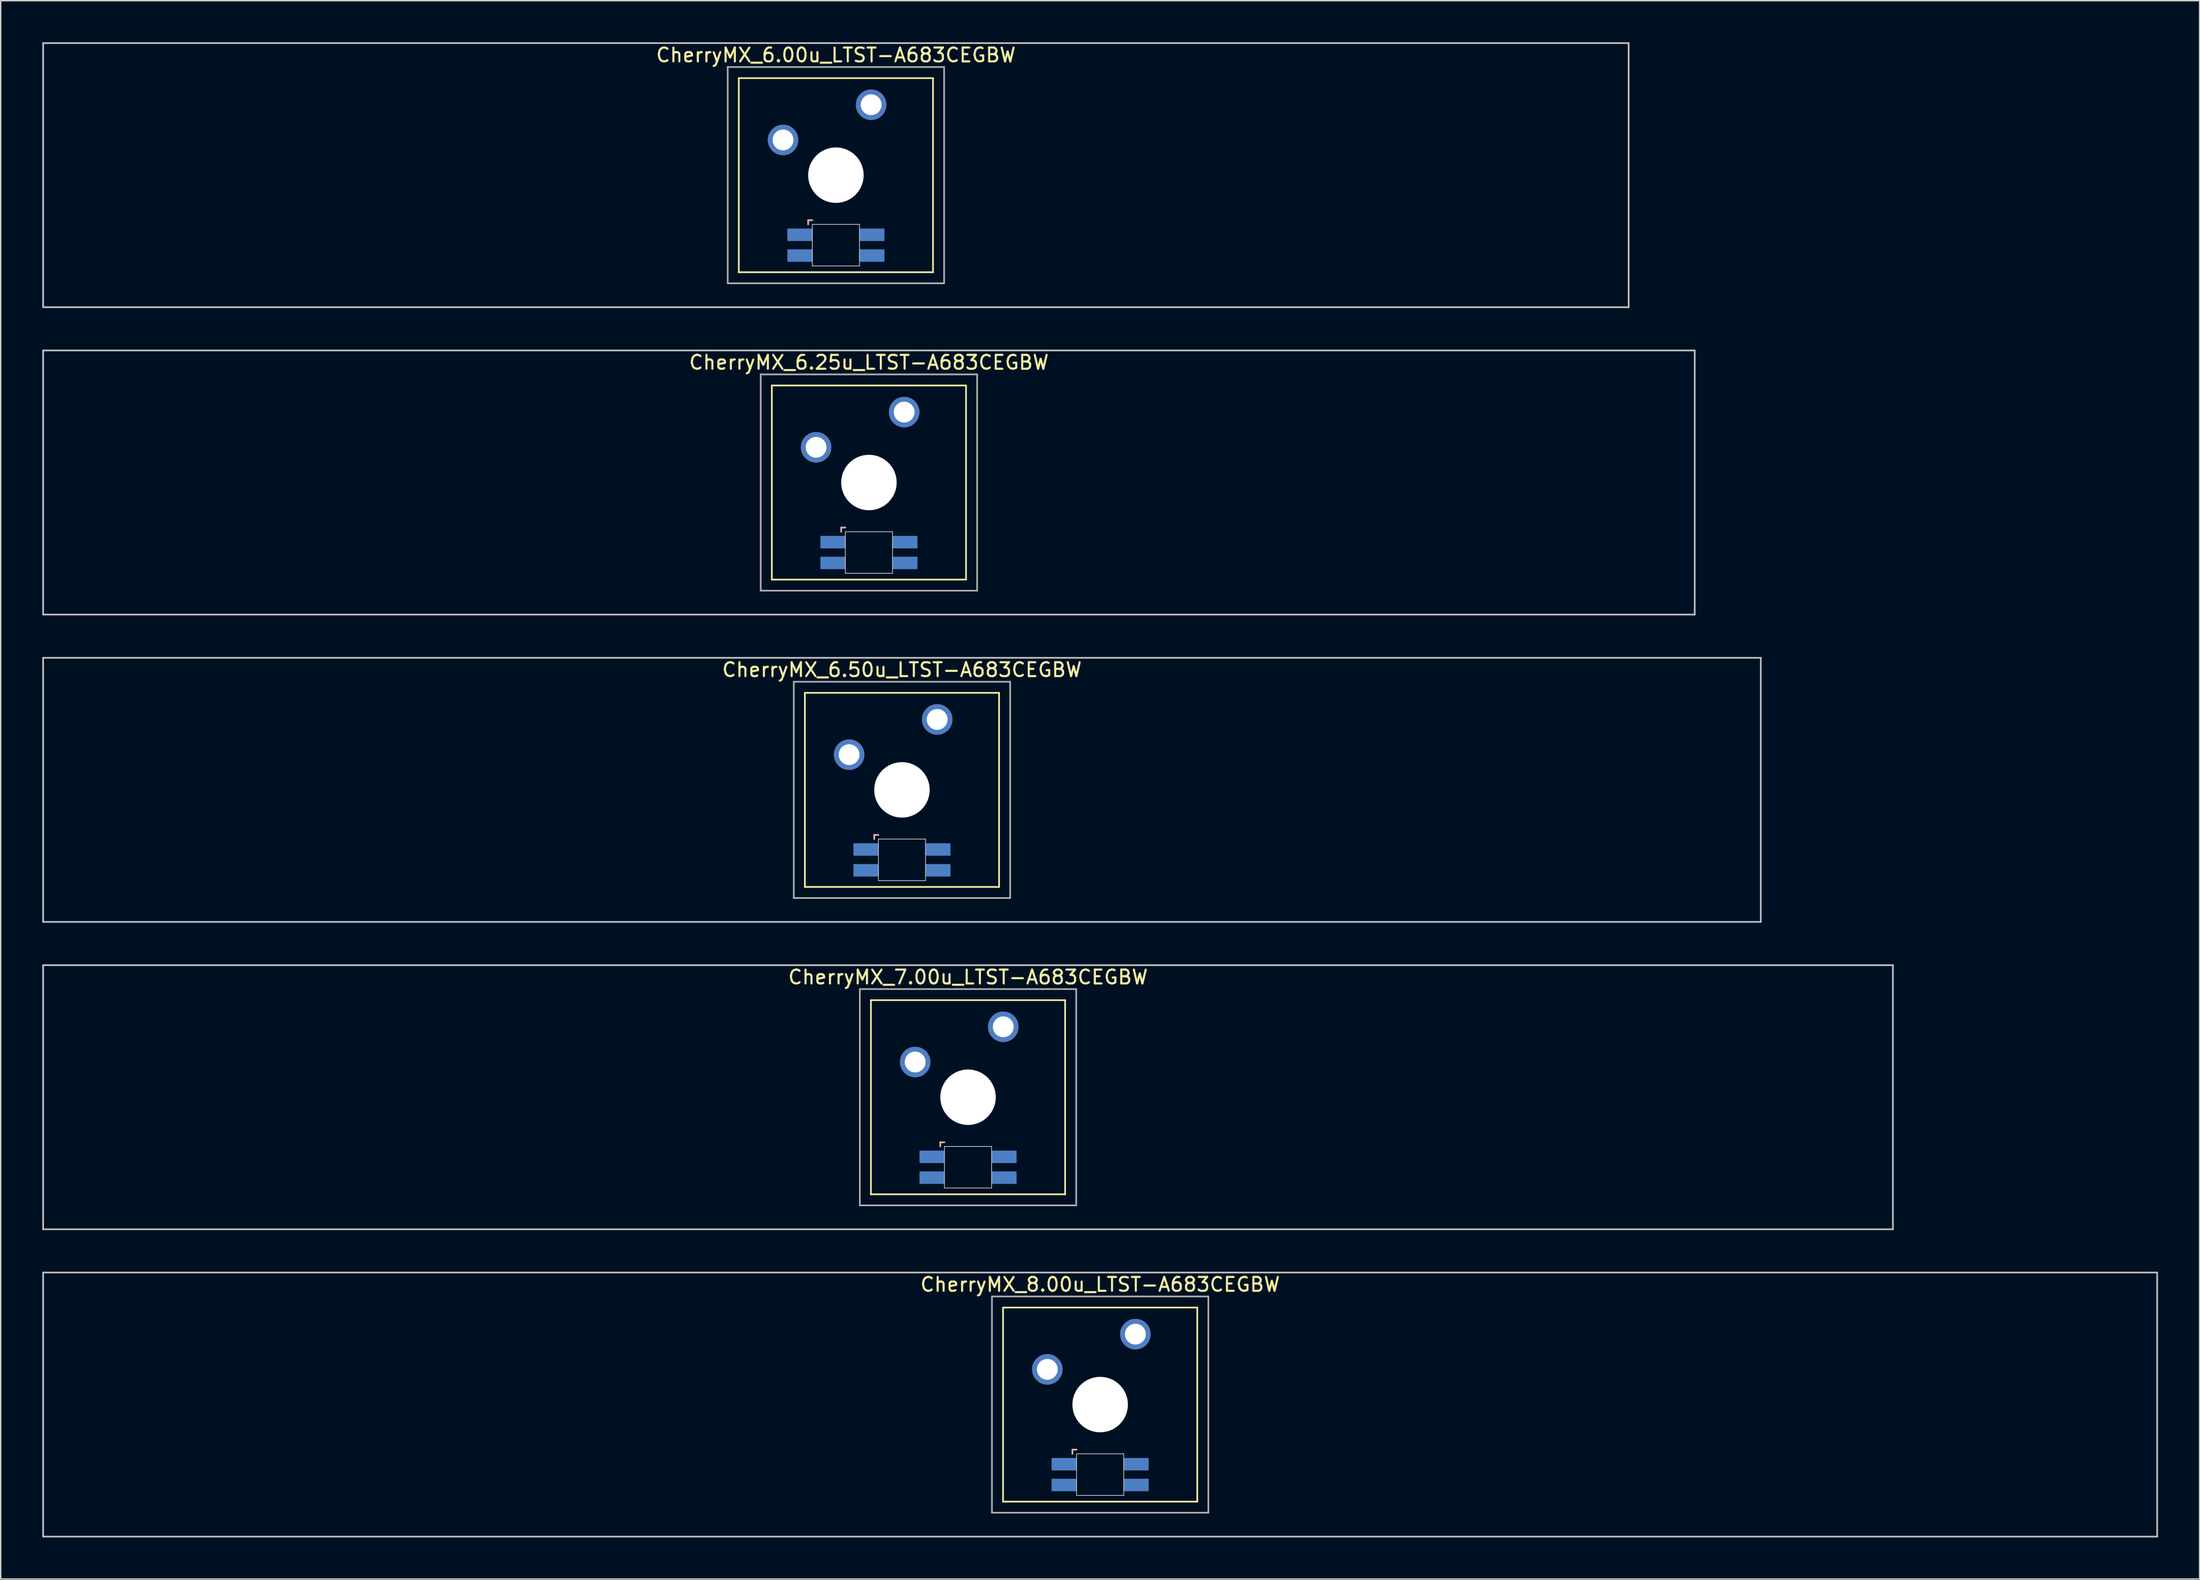
<source format=kicad_pcb>
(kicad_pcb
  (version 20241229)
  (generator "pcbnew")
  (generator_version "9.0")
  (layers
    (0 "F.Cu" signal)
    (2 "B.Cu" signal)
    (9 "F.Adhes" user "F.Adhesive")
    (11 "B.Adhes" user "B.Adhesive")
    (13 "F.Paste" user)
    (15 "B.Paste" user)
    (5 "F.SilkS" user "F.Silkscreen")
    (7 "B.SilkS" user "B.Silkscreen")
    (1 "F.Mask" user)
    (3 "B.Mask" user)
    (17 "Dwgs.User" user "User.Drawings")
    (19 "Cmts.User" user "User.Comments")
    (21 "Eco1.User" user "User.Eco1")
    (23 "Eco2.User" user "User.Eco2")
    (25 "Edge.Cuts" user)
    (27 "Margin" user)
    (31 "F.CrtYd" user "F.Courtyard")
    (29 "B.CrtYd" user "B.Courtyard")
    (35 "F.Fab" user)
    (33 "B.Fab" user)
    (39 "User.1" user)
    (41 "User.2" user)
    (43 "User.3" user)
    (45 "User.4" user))
  (footprint "CherryMX_7.00u_LTST-A683CEGBW"
    (layer "F.Cu")
    (at 66.735 76.095)
    (property "Reference" "CherryMX_7.00u_LTST-A683CEGBW" (at 0 -8.662 0) (layer "F.SilkS") (effects (font (size 1 1) (thickness 0.15))))
    (attr through_hole)
    (fp_line (start -7 -7) (end -7 7) (stroke (width 0.12) (type solid)) (layer "F.SilkS"))
    (fp_line (start -7 -7) (end 7 -7) (stroke (width 0.12) (type solid)) (layer "F.SilkS"))
    (fp_line (start 7 -7) (end 7 7) (stroke (width 0.12) (type solid)) (layer "F.SilkS"))
    (fp_line (start 7 7) (end -7 7) (stroke (width 0.12) (type solid)) (layer "F.SilkS"))
    (fp_line (start -2 3.25) (end -2 3.55) (stroke (width 0.12) (type solid)) (layer "B.SilkS"))
    (fp_line (start -1.7 3.25) (end -2 3.25) (stroke (width 0.12) (type solid)) (layer "B.SilkS"))
    (fp_line (start -66.675 -9.525) (end 66.675 -9.525) (stroke (width 0.12) (type solid)) (layer "Dwgs.User"))
    (fp_line (start -66.675 9.525) (end -66.675 -9.525) (stroke (width 0.12) (type solid)) (layer "Dwgs.User"))
    (fp_line (start 66.675 -9.525) (end 66.675 9.525) (stroke (width 0.12) (type solid)) (layer "Dwgs.User"))
    (fp_line (start 66.675 9.525) (end -66.675 9.525) (stroke (width 0.12) (type solid)) (layer "Dwgs.User"))
    (fp_line (start -1.7 3.55) (end 1.7 3.55) (stroke (width 0.05) (type solid)) (layer "Edge.Cuts"))
    (fp_line (start -1.7 6.55) (end -1.7 3.55) (stroke (width 0.05) (type solid)) (layer "Edge.Cuts"))
    (fp_line (start 1.7 3.55) (end 1.7 6.55) (stroke (width 0.05) (type solid)) (layer "Edge.Cuts"))
    (fp_line (start 1.7 6.55) (end -1.7 6.55) (stroke (width 0.05) (type solid)) (layer "Edge.Cuts"))
    (fp_line (start -7.8 -7.8) (end -7.8 7.8) (stroke (width 0.12) (type solid)) (layer "F.Fab"))
    (fp_line (start -7.8 -7.8) (end 7.8 -7.8) (stroke (width 0.12) (type solid)) (layer "F.Fab"))
    (fp_line (start -7.8 7.8) (end 7.8 7.8) (stroke (width 0.12) (type solid)) (layer "F.Fab"))
    (fp_line (start 7.8 -7.8) (end 7.8 7.8) (stroke (width 0.12) (type solid)) (layer "F.Fab"))
    (pad "" np_thru_hole circle (at 0 0) (size 4 4) (drill 4) (layers "*.Cu" "*.Mask"))
    (pad "1" thru_hole circle (at -3.81 -2.54) (size 2.2 2.2) (drill 1.5) (layers "*.Cu" "*.Mask"))
    (pad "2" thru_hole circle (at 2.54 -5.08) (size 2.2 2.2) (drill 1.5) (layers "*.Cu" "*.Mask"))
    (pad "3" smd rect (at -2.6 4.3) (size 1.8 0.9) (layers "B.Cu" "B.Mask" "B.Paste"))
    (pad "4" smd rect (at -2.6 5.8) (size 1.8 0.9) (layers "B.Cu" "B.Mask" "B.Paste"))
    (pad "5" smd rect (at 2.6 4.3) (size 1.8 0.9) (layers "B.Cu" "B.Mask" "B.Paste"))
    (pad "6" smd rect (at 2.6 5.8) (size 1.8 0.9) (layers "B.Cu" "B.Mask" "B.Paste")))
  (footprint "CherryMX_6.25u_LTST-A683CEGBW"
    (layer "F.Cu")
    (at 59.591 31.755)
    (property "Reference" "CherryMX_6.25u_LTST-A683CEGBW" (at 0 -8.662 0) (layer "F.SilkS") (effects (font (size 1 1) (thickness 0.15))))
    (attr through_hole)
    (fp_line (start -7 -7) (end -7 7) (stroke (width 0.12) (type solid)) (layer "F.SilkS"))
    (fp_line (start -7 -7) (end 7 -7) (stroke (width 0.12) (type solid)) (layer "F.SilkS"))
    (fp_line (start 7 -7) (end 7 7) (stroke (width 0.12) (type solid)) (layer "F.SilkS"))
    (fp_line (start 7 7) (end -7 7) (stroke (width 0.12) (type solid)) (layer "F.SilkS"))
    (fp_line (start -2 3.25) (end -2 3.55) (stroke (width 0.12) (type solid)) (layer "B.SilkS"))
    (fp_line (start -1.7 3.25) (end -2 3.25) (stroke (width 0.12) (type solid)) (layer "B.SilkS"))
    (fp_line (start -59.531 -9.525) (end 59.531 -9.525) (stroke (width 0.12) (type solid)) (layer "Dwgs.User"))
    (fp_line (start -59.531 9.525) (end -59.531 -9.525) (stroke (width 0.12) (type solid)) (layer "Dwgs.User"))
    (fp_line (start 59.531 -9.525) (end 59.531 9.525) (stroke (width 0.12) (type solid)) (layer "Dwgs.User"))
    (fp_line (start 59.531 9.525) (end -59.531 9.525) (stroke (width 0.12) (type solid)) (layer "Dwgs.User"))
    (fp_line (start -1.7 3.55) (end 1.7 3.55) (stroke (width 0.05) (type solid)) (layer "Edge.Cuts"))
    (fp_line (start -1.7 6.55) (end -1.7 3.55) (stroke (width 0.05) (type solid)) (layer "Edge.Cuts"))
    (fp_line (start 1.7 3.55) (end 1.7 6.55) (stroke (width 0.05) (type solid)) (layer "Edge.Cuts"))
    (fp_line (start 1.7 6.55) (end -1.7 6.55) (stroke (width 0.05) (type solid)) (layer "Edge.Cuts"))
    (fp_line (start -7.8 -7.8) (end -7.8 7.8) (stroke (width 0.12) (type solid)) (layer "F.Fab"))
    (fp_line (start -7.8 -7.8) (end 7.8 -7.8) (stroke (width 0.12) (type solid)) (layer "F.Fab"))
    (fp_line (start -7.8 7.8) (end 7.8 7.8) (stroke (width 0.12) (type solid)) (layer "F.Fab"))
    (fp_line (start 7.8 -7.8) (end 7.8 7.8) (stroke (width 0.12) (type solid)) (layer "F.Fab"))
    (pad "" np_thru_hole circle (at 0 0) (size 4 4) (drill 4) (layers "*.Cu" "*.Mask"))
    (pad "1" thru_hole circle (at -3.81 -2.54) (size 2.2 2.2) (drill 1.5) (layers "*.Cu" "*.Mask"))
    (pad "2" thru_hole circle (at 2.54 -5.08) (size 2.2 2.2) (drill 1.5) (layers "*.Cu" "*.Mask"))
    (pad "3" smd rect (at -2.6 4.3) (size 1.8 0.9) (layers "B.Cu" "B.Mask" "B.Paste"))
    (pad "4" smd rect (at -2.6 5.8) (size 1.8 0.9) (layers "B.Cu" "B.Mask" "B.Paste"))
    (pad "5" smd rect (at 2.6 4.3) (size 1.8 0.9) (layers "B.Cu" "B.Mask" "B.Paste"))
    (pad "6" smd rect (at 2.6 5.8) (size 1.8 0.9) (layers "B.Cu" "B.Mask" "B.Paste")))
  (footprint "CherryMX_6.50u_LTST-A683CEGBW"
    (layer "F.Cu")
    (at 61.972 53.925)
    (property "Reference" "CherryMX_6.50u_LTST-A683CEGBW" (at 0 -8.662 0) (layer "F.SilkS") (effects (font (size 1 1) (thickness 0.15))))
    (attr through_hole)
    (fp_line (start -7 -7) (end -7 7) (stroke (width 0.12) (type solid)) (layer "F.SilkS"))
    (fp_line (start -7 -7) (end 7 -7) (stroke (width 0.12) (type solid)) (layer "F.SilkS"))
    (fp_line (start 7 -7) (end 7 7) (stroke (width 0.12) (type solid)) (layer "F.SilkS"))
    (fp_line (start 7 7) (end -7 7) (stroke (width 0.12) (type solid)) (layer "F.SilkS"))
    (fp_line (start -2 3.25) (end -2 3.55) (stroke (width 0.12) (type solid)) (layer "B.SilkS"))
    (fp_line (start -1.7 3.25) (end -2 3.25) (stroke (width 0.12) (type solid)) (layer "B.SilkS"))
    (fp_line (start -61.913 -9.525) (end 61.913 -9.525) (stroke (width 0.12) (type solid)) (layer "Dwgs.User"))
    (fp_line (start -61.913 9.525) (end -61.913 -9.525) (stroke (width 0.12) (type solid)) (layer "Dwgs.User"))
    (fp_line (start 61.913 -9.525) (end 61.913 9.525) (stroke (width 0.12) (type solid)) (layer "Dwgs.User"))
    (fp_line (start 61.913 9.525) (end -61.913 9.525) (stroke (width 0.12) (type solid)) (layer "Dwgs.User"))
    (fp_line (start -1.7 3.55) (end 1.7 3.55) (stroke (width 0.05) (type solid)) (layer "Edge.Cuts"))
    (fp_line (start -1.7 6.55) (end -1.7 3.55) (stroke (width 0.05) (type solid)) (layer "Edge.Cuts"))
    (fp_line (start 1.7 3.55) (end 1.7 6.55) (stroke (width 0.05) (type solid)) (layer "Edge.Cuts"))
    (fp_line (start 1.7 6.55) (end -1.7 6.55) (stroke (width 0.05) (type solid)) (layer "Edge.Cuts"))
    (fp_line (start -7.8 -7.8) (end -7.8 7.8) (stroke (width 0.12) (type solid)) (layer "F.Fab"))
    (fp_line (start -7.8 -7.8) (end 7.8 -7.8) (stroke (width 0.12) (type solid)) (layer "F.Fab"))
    (fp_line (start -7.8 7.8) (end 7.8 7.8) (stroke (width 0.12) (type solid)) (layer "F.Fab"))
    (fp_line (start 7.8 -7.8) (end 7.8 7.8) (stroke (width 0.12) (type solid)) (layer "F.Fab"))
    (pad "" np_thru_hole circle (at 0 0) (size 4 4) (drill 4) (layers "*.Cu" "*.Mask"))
    (pad "1" thru_hole circle (at -3.81 -2.54) (size 2.2 2.2) (drill 1.5) (layers "*.Cu" "*.Mask"))
    (pad "2" thru_hole circle (at 2.54 -5.08) (size 2.2 2.2) (drill 1.5) (layers "*.Cu" "*.Mask"))
    (pad "3" smd rect (at -2.6 4.3) (size 1.8 0.9) (layers "B.Cu" "B.Mask" "B.Paste"))
    (pad "4" smd rect (at -2.6 5.8) (size 1.8 0.9) (layers "B.Cu" "B.Mask" "B.Paste"))
    (pad "5" smd rect (at 2.6 4.3) (size 1.8 0.9) (layers "B.Cu" "B.Mask" "B.Paste"))
    (pad "6" smd rect (at 2.6 5.8) (size 1.8 0.9) (layers "B.Cu" "B.Mask" "B.Paste")))
  (footprint "CherryMX_6.00u_LTST-A683CEGBW"
    (layer "F.Cu")
    (at 57.21 9.585)
    (property "Reference" "CherryMX_6.00u_LTST-A683CEGBW" (at 0 -8.662 0) (layer "F.SilkS") (effects (font (size 1 1) (thickness 0.15))))
    (attr through_hole)
    (fp_line (start -7 -7) (end -7 7) (stroke (width 0.12) (type solid)) (layer "F.SilkS"))
    (fp_line (start -7 -7) (end 7 -7) (stroke (width 0.12) (type solid)) (layer "F.SilkS"))
    (fp_line (start 7 -7) (end 7 7) (stroke (width 0.12) (type solid)) (layer "F.SilkS"))
    (fp_line (start 7 7) (end -7 7) (stroke (width 0.12) (type solid)) (layer "F.SilkS"))
    (fp_line (start -2 3.25) (end -2 3.55) (stroke (width 0.12) (type solid)) (layer "B.SilkS"))
    (fp_line (start -1.7 3.25) (end -2 3.25) (stroke (width 0.12) (type solid)) (layer "B.SilkS"))
    (fp_line (start -57.15 -9.525) (end 57.15 -9.525) (stroke (width 0.12) (type solid)) (layer "Dwgs.User"))
    (fp_line (start -57.15 9.525) (end -57.15 -9.525) (stroke (width 0.12) (type solid)) (layer "Dwgs.User"))
    (fp_line (start 57.15 -9.525) (end 57.15 9.525) (stroke (width 0.12) (type solid)) (layer "Dwgs.User"))
    (fp_line (start 57.15 9.525) (end -57.15 9.525) (stroke (width 0.12) (type solid)) (layer "Dwgs.User"))
    (fp_line (start -1.7 3.55) (end 1.7 3.55) (stroke (width 0.05) (type solid)) (layer "Edge.Cuts"))
    (fp_line (start -1.7 6.55) (end -1.7 3.55) (stroke (width 0.05) (type solid)) (layer "Edge.Cuts"))
    (fp_line (start 1.7 3.55) (end 1.7 6.55) (stroke (width 0.05) (type solid)) (layer "Edge.Cuts"))
    (fp_line (start 1.7 6.55) (end -1.7 6.55) (stroke (width 0.05) (type solid)) (layer "Edge.Cuts"))
    (fp_line (start -7.8 -7.8) (end -7.8 7.8) (stroke (width 0.12) (type solid)) (layer "F.Fab"))
    (fp_line (start -7.8 -7.8) (end 7.8 -7.8) (stroke (width 0.12) (type solid)) (layer "F.Fab"))
    (fp_line (start -7.8 7.8) (end 7.8 7.8) (stroke (width 0.12) (type solid)) (layer "F.Fab"))
    (fp_line (start 7.8 -7.8) (end 7.8 7.8) (stroke (width 0.12) (type solid)) (layer "F.Fab"))
    (pad "" np_thru_hole circle (at 0 0) (size 4 4) (drill 4) (layers "*.Cu" "*.Mask"))
    (pad "1" thru_hole circle (at -3.81 -2.54) (size 2.2 2.2) (drill 1.5) (layers "*.Cu" "*.Mask"))
    (pad "2" thru_hole circle (at 2.54 -5.08) (size 2.2 2.2) (drill 1.5) (layers "*.Cu" "*.Mask"))
    (pad "3" smd rect (at -2.6 4.3) (size 1.8 0.9) (layers "B.Cu" "B.Mask" "B.Paste"))
    (pad "4" smd rect (at -2.6 5.8) (size 1.8 0.9) (layers "B.Cu" "B.Mask" "B.Paste"))
    (pad "5" smd rect (at 2.6 4.3) (size 1.8 0.9) (layers "B.Cu" "B.Mask" "B.Paste"))
    (pad "6" smd rect (at 2.6 5.8) (size 1.8 0.9) (layers "B.Cu" "B.Mask" "B.Paste")))
  (footprint "CherryMX_8.00u_LTST-A683CEGBW"
    (layer "F.Cu")
    (at 76.26 98.265)
    (property "Reference" "CherryMX_8.00u_LTST-A683CEGBW" (at 0 -8.662 0) (layer "F.SilkS") (effects (font (size 1 1) (thickness 0.15))))
    (attr through_hole)
    (fp_line (start -7 -7) (end -7 7) (stroke (width 0.12) (type solid)) (layer "F.SilkS"))
    (fp_line (start -7 -7) (end 7 -7) (stroke (width 0.12) (type solid)) (layer "F.SilkS"))
    (fp_line (start 7 -7) (end 7 7) (stroke (width 0.12) (type solid)) (layer "F.SilkS"))
    (fp_line (start 7 7) (end -7 7) (stroke (width 0.12) (type solid)) (layer "F.SilkS"))
    (fp_line (start -2 3.25) (end -2 3.55) (stroke (width 0.12) (type solid)) (layer "B.SilkS"))
    (fp_line (start -1.7 3.25) (end -2 3.25) (stroke (width 0.12) (type solid)) (layer "B.SilkS"))
    (fp_line (start -76.2 -9.525) (end 76.2 -9.525) (stroke (width 0.12) (type solid)) (layer "Dwgs.User"))
    (fp_line (start -76.2 9.525) (end -76.2 -9.525) (stroke (width 0.12) (type solid)) (layer "Dwgs.User"))
    (fp_line (start 76.2 -9.525) (end 76.2 9.525) (stroke (width 0.12) (type solid)) (layer "Dwgs.User"))
    (fp_line (start 76.2 9.525) (end -76.2 9.525) (stroke (width 0.12) (type solid)) (layer "Dwgs.User"))
    (fp_line (start -1.7 3.55) (end 1.7 3.55) (stroke (width 0.05) (type solid)) (layer "Edge.Cuts"))
    (fp_line (start -1.7 6.55) (end -1.7 3.55) (stroke (width 0.05) (type solid)) (layer "Edge.Cuts"))
    (fp_line (start 1.7 3.55) (end 1.7 6.55) (stroke (width 0.05) (type solid)) (layer "Edge.Cuts"))
    (fp_line (start 1.7 6.55) (end -1.7 6.55) (stroke (width 0.05) (type solid)) (layer "Edge.Cuts"))
    (fp_line (start -7.8 -7.8) (end -7.8 7.8) (stroke (width 0.12) (type solid)) (layer "F.Fab"))
    (fp_line (start -7.8 -7.8) (end 7.8 -7.8) (stroke (width 0.12) (type solid)) (layer "F.Fab"))
    (fp_line (start -7.8 7.8) (end 7.8 7.8) (stroke (width 0.12) (type solid)) (layer "F.Fab"))
    (fp_line (start 7.8 -7.8) (end 7.8 7.8) (stroke (width 0.12) (type solid)) (layer "F.Fab"))
    (pad "" np_thru_hole circle (at 0 0) (size 4 4) (drill 4) (layers "*.Cu" "*.Mask"))
    (pad "1" thru_hole circle (at -3.81 -2.54) (size 2.2 2.2) (drill 1.5) (layers "*.Cu" "*.Mask"))
    (pad "2" thru_hole circle (at 2.54 -5.08) (size 2.2 2.2) (drill 1.5) (layers "*.Cu" "*.Mask"))
    (pad "3" smd rect (at -2.6 4.3) (size 1.8 0.9) (layers "B.Cu" "B.Mask" "B.Paste"))
    (pad "4" smd rect (at -2.6 5.8) (size 1.8 0.9) (layers "B.Cu" "B.Mask" "B.Paste"))
    (pad "5" smd rect (at 2.6 4.3) (size 1.8 0.9) (layers "B.Cu" "B.Mask" "B.Paste"))
    (pad "6" smd rect (at 2.6 5.8) (size 1.8 0.9) (layers "B.Cu" "B.Mask" "B.Paste")))
  (gr_rect
    (start -3 -3)
    (end 155.52 110.85)
    (stroke (width 0.1) (type default))
    (fill no)
    (layer "Edge.Cuts")))
</source>
